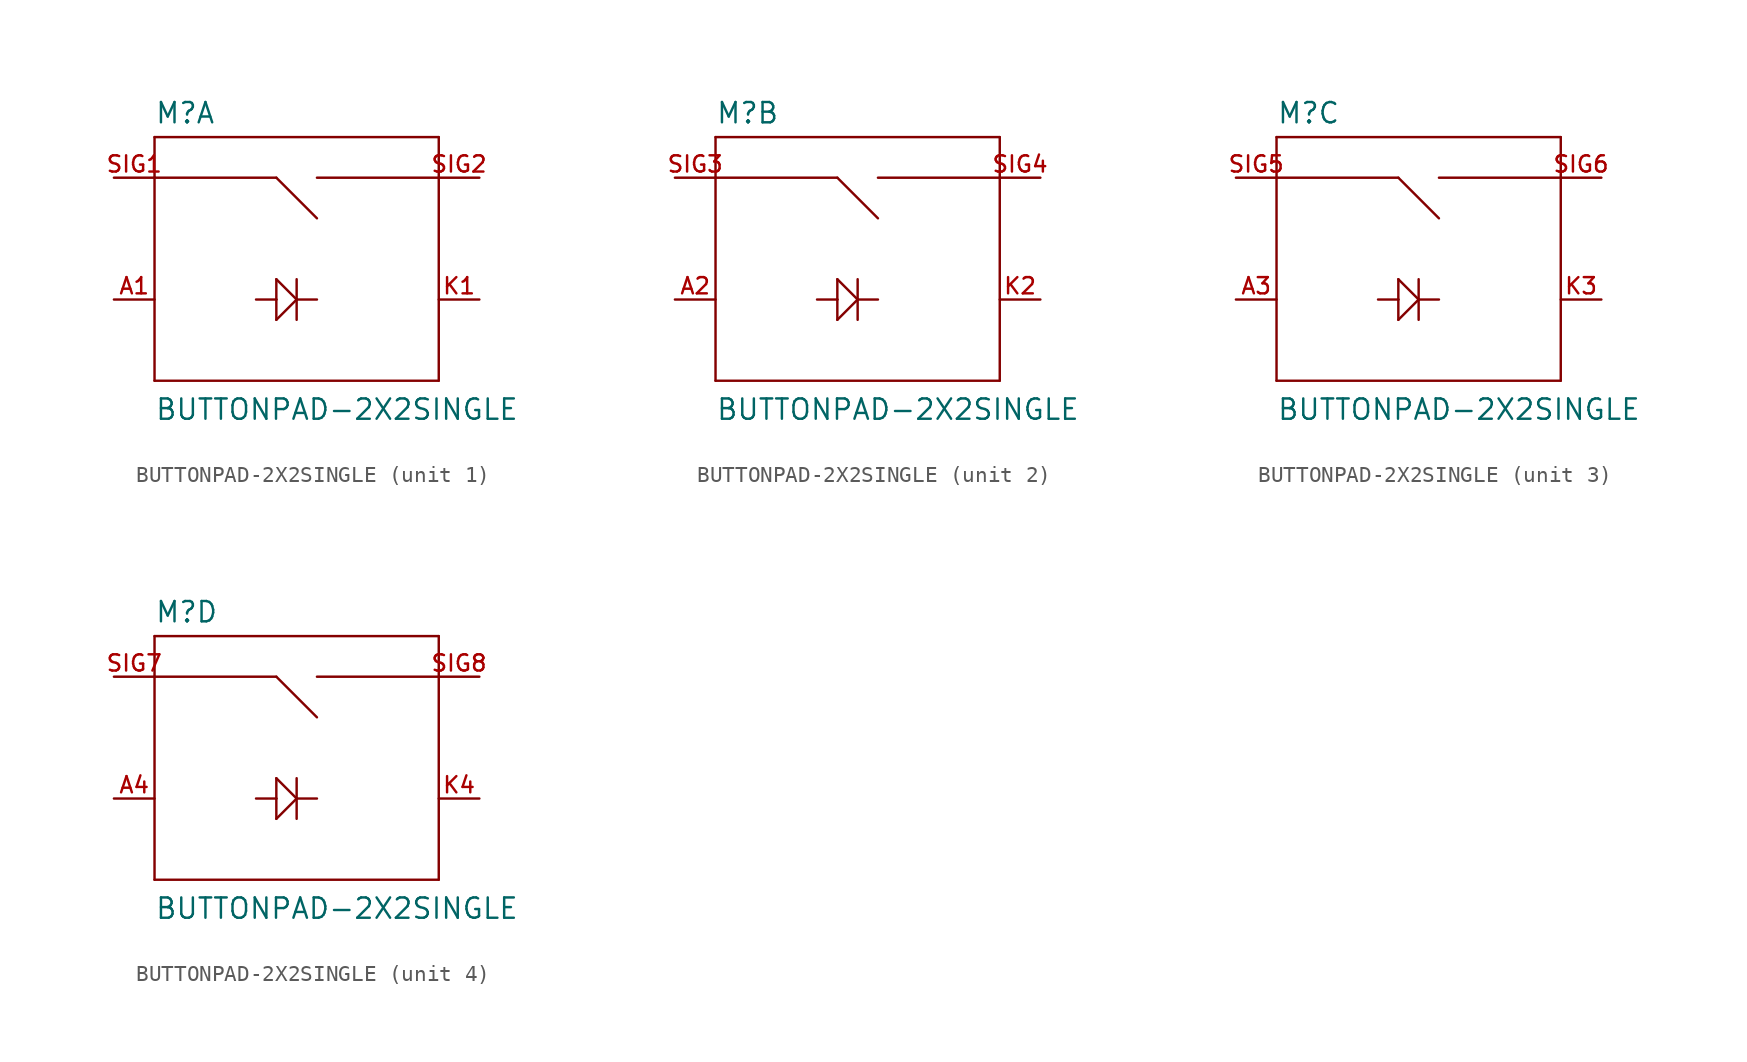
<source format=kicad_sym>
(kicad_symbol_lib
  (version 20220914)
  (generator kicad_symbol_editor)
  (symbol "BUTTONPAD-2X2SINGLE"
    (pin_names
      (offset 1.016) hide)
    (property "Reference" "M"
      (at -7.62 8.382 0)
      (effects (font (size 1.27 1.27)) (justify left bottom)))
    (property "Value" "BUTTONPAD-2X2SINGLE"
      (at -7.62 -10.16 0)
      (effects (font (size 1.27 1.27)) (justify left bottom)))
    (property "ki_locked" ""
      (at 0 0 0)
      (effects (font (size 1.27 1.27))))
    (symbol "BUTTONPAD-2X2SINGLE_1_0"
      (polyline (pts (xy -7.62 -7.62) (xy -7.62 5.08)) (stroke (width 0) (type solid)) (fill (type none)))
      (polyline (pts (xy -7.62 5.08) (xy -7.62 7.62)) (stroke (width 0) (type solid)) (fill (type none)))
      (polyline (pts (xy -7.62 5.08) (xy 0 5.08)) (stroke (width 0) (type solid)) (fill (type none)))
      (polyline (pts (xy -7.62 7.62) (xy 10.16 7.62)) (stroke (width 0) (type solid)) (fill (type none)))
      (polyline (pts (xy 0 -3.81) (xy 1.27 -2.54)) (stroke (width 0) (type solid)) (fill (type none)))
      (polyline (pts (xy 0 -2.54) (xy -1.27 -2.54)) (stroke (width 0) (type solid)) (fill (type none)))
      (polyline (pts (xy 0 -2.54) (xy 0 -3.81)) (stroke (width 0) (type solid)) (fill (type none)))
      (polyline (pts (xy 0 -1.27) (xy 0 -2.54)) (stroke (width 0) (type solid)) (fill (type none)))
      (polyline (pts (xy 0 5.08) (xy 2.54 2.54)) (stroke (width 0) (type solid)) (fill (type none)))
      (polyline (pts (xy 1.27 -2.54) (xy 0 -1.27)) (stroke (width 0) (type solid)) (fill (type none)))
      (polyline (pts (xy 1.27 -2.54) (xy 1.27 -3.81)) (stroke (width 0) (type solid)) (fill (type none)))
      (polyline (pts (xy 1.27 -2.54) (xy 2.54 -2.54)) (stroke (width 0) (type solid)) (fill (type none)))
      (polyline (pts (xy 1.27 -1.27) (xy 1.27 -2.54)) (stroke (width 0) (type solid)) (fill (type none)))
      (polyline (pts (xy 2.54 5.08) (xy 10.16 5.08)) (stroke (width 0) (type solid)) (fill (type none)))
      (polyline (pts (xy 10.16 -7.62) (xy -7.62 -7.62)) (stroke (width 0) (type solid)) (fill (type none)))
      (polyline (pts (xy 10.16 5.08) (xy 10.16 -7.62)) (stroke (width 0) (type solid)) (fill (type none)))
      (polyline (pts (xy 10.16 7.62) (xy 10.16 5.08)) (stroke (width 0) (type solid)) (fill (type none))))
    (symbol "BUTTONPAD-2X2SINGLE_1_1"
      (pin bidirectional line (at -10.16 -2.54 0) (length 2.54) (name "A" (effects (font (size 1.016 1.016)))) (number "A1" (effects (font (size 1.016 1.016)))))
      (pin bidirectional line (at 12.7 -2.54 180) (length 2.54) (name "K" (effects (font (size 1.016 1.016)))) (number "K1" (effects (font (size 1.016 1.016)))))
      (pin bidirectional line (at -10.16 5.08 0) (length 2.54) (name "SIG1" (effects (font (size 1.016 1.016)))) (number "SIG1" (effects (font (size 1.016 1.016)))))
      (pin bidirectional line (at 12.7 5.08 180) (length 2.54) (name "SIG2" (effects (font (size 1.016 1.016)))) (number "SIG2" (effects (font (size 1.016 1.016))))))
    (symbol "BUTTONPAD-2X2SINGLE_2_0"
      (polyline (pts (xy -7.62 -7.62) (xy -7.62 5.08)) (stroke (width 0) (type solid)) (fill (type none)))
      (polyline (pts (xy -7.62 5.08) (xy -7.62 7.62)) (stroke (width 0) (type solid)) (fill (type none)))
      (polyline (pts (xy -7.62 5.08) (xy 0 5.08)) (stroke (width 0) (type solid)) (fill (type none)))
      (polyline (pts (xy -7.62 7.62) (xy 10.16 7.62)) (stroke (width 0) (type solid)) (fill (type none)))
      (polyline (pts (xy 0 -3.81) (xy 1.27 -2.54)) (stroke (width 0) (type solid)) (fill (type none)))
      (polyline (pts (xy 0 -2.54) (xy -1.27 -2.54)) (stroke (width 0) (type solid)) (fill (type none)))
      (polyline (pts (xy 0 -2.54) (xy 0 -3.81)) (stroke (width 0) (type solid)) (fill (type none)))
      (polyline (pts (xy 0 -1.27) (xy 0 -2.54)) (stroke (width 0) (type solid)) (fill (type none)))
      (polyline (pts (xy 0 5.08) (xy 2.54 2.54)) (stroke (width 0) (type solid)) (fill (type none)))
      (polyline (pts (xy 1.27 -2.54) (xy 0 -1.27)) (stroke (width 0) (type solid)) (fill (type none)))
      (polyline (pts (xy 1.27 -2.54) (xy 1.27 -3.81)) (stroke (width 0) (type solid)) (fill (type none)))
      (polyline (pts (xy 1.27 -2.54) (xy 2.54 -2.54)) (stroke (width 0) (type solid)) (fill (type none)))
      (polyline (pts (xy 1.27 -1.27) (xy 1.27 -2.54)) (stroke (width 0) (type solid)) (fill (type none)))
      (polyline (pts (xy 2.54 5.08) (xy 10.16 5.08)) (stroke (width 0) (type solid)) (fill (type none)))
      (polyline (pts (xy 10.16 -7.62) (xy -7.62 -7.62)) (stroke (width 0) (type solid)) (fill (type none)))
      (polyline (pts (xy 10.16 5.08) (xy 10.16 -7.62)) (stroke (width 0) (type solid)) (fill (type none)))
      (polyline (pts (xy 10.16 7.62) (xy 10.16 5.08)) (stroke (width 0) (type solid)) (fill (type none))))
    (symbol "BUTTONPAD-2X2SINGLE_2_1"
      (pin bidirectional line (at -10.16 -2.54 0) (length 2.54) (name "A" (effects (font (size 1.016 1.016)))) (number "A2" (effects (font (size 1.016 1.016)))))
      (pin bidirectional line (at 12.7 -2.54 180) (length 2.54) (name "K" (effects (font (size 1.016 1.016)))) (number "K2" (effects (font (size 1.016 1.016)))))
      (pin bidirectional line (at -10.16 5.08 0) (length 2.54) (name "SIG1" (effects (font (size 1.016 1.016)))) (number "SIG3" (effects (font (size 1.016 1.016)))))
      (pin bidirectional line (at 12.7 5.08 180) (length 2.54) (name "SIG2" (effects (font (size 1.016 1.016)))) (number "SIG4" (effects (font (size 1.016 1.016))))))
    (symbol "BUTTONPAD-2X2SINGLE_3_0"
      (polyline (pts (xy -7.62 -7.62) (xy -7.62 5.08)) (stroke (width 0) (type solid)) (fill (type none)))
      (polyline (pts (xy -7.62 5.08) (xy -7.62 7.62)) (stroke (width 0) (type solid)) (fill (type none)))
      (polyline (pts (xy -7.62 5.08) (xy 0 5.08)) (stroke (width 0) (type solid)) (fill (type none)))
      (polyline (pts (xy -7.62 7.62) (xy 10.16 7.62)) (stroke (width 0) (type solid)) (fill (type none)))
      (polyline (pts (xy 0 -3.81) (xy 1.27 -2.54)) (stroke (width 0) (type solid)) (fill (type none)))
      (polyline (pts (xy 0 -2.54) (xy -1.27 -2.54)) (stroke (width 0) (type solid)) (fill (type none)))
      (polyline (pts (xy 0 -2.54) (xy 0 -3.81)) (stroke (width 0) (type solid)) (fill (type none)))
      (polyline (pts (xy 0 -1.27) (xy 0 -2.54)) (stroke (width 0) (type solid)) (fill (type none)))
      (polyline (pts (xy 0 5.08) (xy 2.54 2.54)) (stroke (width 0) (type solid)) (fill (type none)))
      (polyline (pts (xy 1.27 -2.54) (xy 0 -1.27)) (stroke (width 0) (type solid)) (fill (type none)))
      (polyline (pts (xy 1.27 -2.54) (xy 1.27 -3.81)) (stroke (width 0) (type solid)) (fill (type none)))
      (polyline (pts (xy 1.27 -2.54) (xy 2.54 -2.54)) (stroke (width 0) (type solid)) (fill (type none)))
      (polyline (pts (xy 1.27 -1.27) (xy 1.27 -2.54)) (stroke (width 0) (type solid)) (fill (type none)))
      (polyline (pts (xy 2.54 5.08) (xy 10.16 5.08)) (stroke (width 0) (type solid)) (fill (type none)))
      (polyline (pts (xy 10.16 -7.62) (xy -7.62 -7.62)) (stroke (width 0) (type solid)) (fill (type none)))
      (polyline (pts (xy 10.16 5.08) (xy 10.16 -7.62)) (stroke (width 0) (type solid)) (fill (type none)))
      (polyline (pts (xy 10.16 7.62) (xy 10.16 5.08)) (stroke (width 0) (type solid)) (fill (type none))))
    (symbol "BUTTONPAD-2X2SINGLE_3_1"
      (pin bidirectional line (at -10.16 -2.54 0) (length 2.54) (name "A" (effects (font (size 1.016 1.016)))) (number "A3" (effects (font (size 1.016 1.016)))))
      (pin bidirectional line (at 12.7 -2.54 180) (length 2.54) (name "K" (effects (font (size 1.016 1.016)))) (number "K3" (effects (font (size 1.016 1.016)))))
      (pin bidirectional line (at -10.16 5.08 0) (length 2.54) (name "SIG1" (effects (font (size 1.016 1.016)))) (number "SIG5" (effects (font (size 1.016 1.016)))))
      (pin bidirectional line (at 12.7 5.08 180) (length 2.54) (name "SIG2" (effects (font (size 1.016 1.016)))) (number "SIG6" (effects (font (size 1.016 1.016))))))
    (symbol "BUTTONPAD-2X2SINGLE_4_0"
      (polyline (pts (xy -7.62 -7.62) (xy -7.62 5.08)) (stroke (width 0) (type solid)) (fill (type none)))
      (polyline (pts (xy -7.62 5.08) (xy -7.62 7.62)) (stroke (width 0) (type solid)) (fill (type none)))
      (polyline (pts (xy -7.62 5.08) (xy 0 5.08)) (stroke (width 0) (type solid)) (fill (type none)))
      (polyline (pts (xy -7.62 7.62) (xy 10.16 7.62)) (stroke (width 0) (type solid)) (fill (type none)))
      (polyline (pts (xy 0 -3.81) (xy 1.27 -2.54)) (stroke (width 0) (type solid)) (fill (type none)))
      (polyline (pts (xy 0 -2.54) (xy -1.27 -2.54)) (stroke (width 0) (type solid)) (fill (type none)))
      (polyline (pts (xy 0 -2.54) (xy 0 -3.81)) (stroke (width 0) (type solid)) (fill (type none)))
      (polyline (pts (xy 0 -1.27) (xy 0 -2.54)) (stroke (width 0) (type solid)) (fill (type none)))
      (polyline (pts (xy 0 5.08) (xy 2.54 2.54)) (stroke (width 0) (type solid)) (fill (type none)))
      (polyline (pts (xy 1.27 -2.54) (xy 0 -1.27)) (stroke (width 0) (type solid)) (fill (type none)))
      (polyline (pts (xy 1.27 -2.54) (xy 1.27 -3.81)) (stroke (width 0) (type solid)) (fill (type none)))
      (polyline (pts (xy 1.27 -2.54) (xy 2.54 -2.54)) (stroke (width 0) (type solid)) (fill (type none)))
      (polyline (pts (xy 1.27 -1.27) (xy 1.27 -2.54)) (stroke (width 0) (type solid)) (fill (type none)))
      (polyline (pts (xy 2.54 5.08) (xy 10.16 5.08)) (stroke (width 0) (type solid)) (fill (type none)))
      (polyline (pts (xy 10.16 -7.62) (xy -7.62 -7.62)) (stroke (width 0) (type solid)) (fill (type none)))
      (polyline (pts (xy 10.16 5.08) (xy 10.16 -7.62)) (stroke (width 0) (type solid)) (fill (type none)))
      (polyline (pts (xy 10.16 7.62) (xy 10.16 5.08)) (stroke (width 0) (type solid)) (fill (type none))))
    (symbol "BUTTONPAD-2X2SINGLE_4_1"
      (pin bidirectional line (at -10.16 -2.54 0) (length 2.54) (name "A" (effects (font (size 1.016 1.016)))) (number "A4" (effects (font (size 1.016 1.016)))))
      (pin bidirectional line (at 12.7 -2.54 180) (length 2.54) (name "K" (effects (font (size 1.016 1.016)))) (number "K4" (effects (font (size 1.016 1.016)))))
      (pin bidirectional line (at -10.16 5.08 0) (length 2.54) (name "SIG1" (effects (font (size 1.016 1.016)))) (number "SIG7" (effects (font (size 1.016 1.016)))))
      (pin bidirectional line (at 12.7 5.08 180) (length 2.54) (name "SIG2" (effects (font (size 1.016 1.016)))) (number "SIG8" (effects (font (size 1.016 1.016))))))))
</source>
